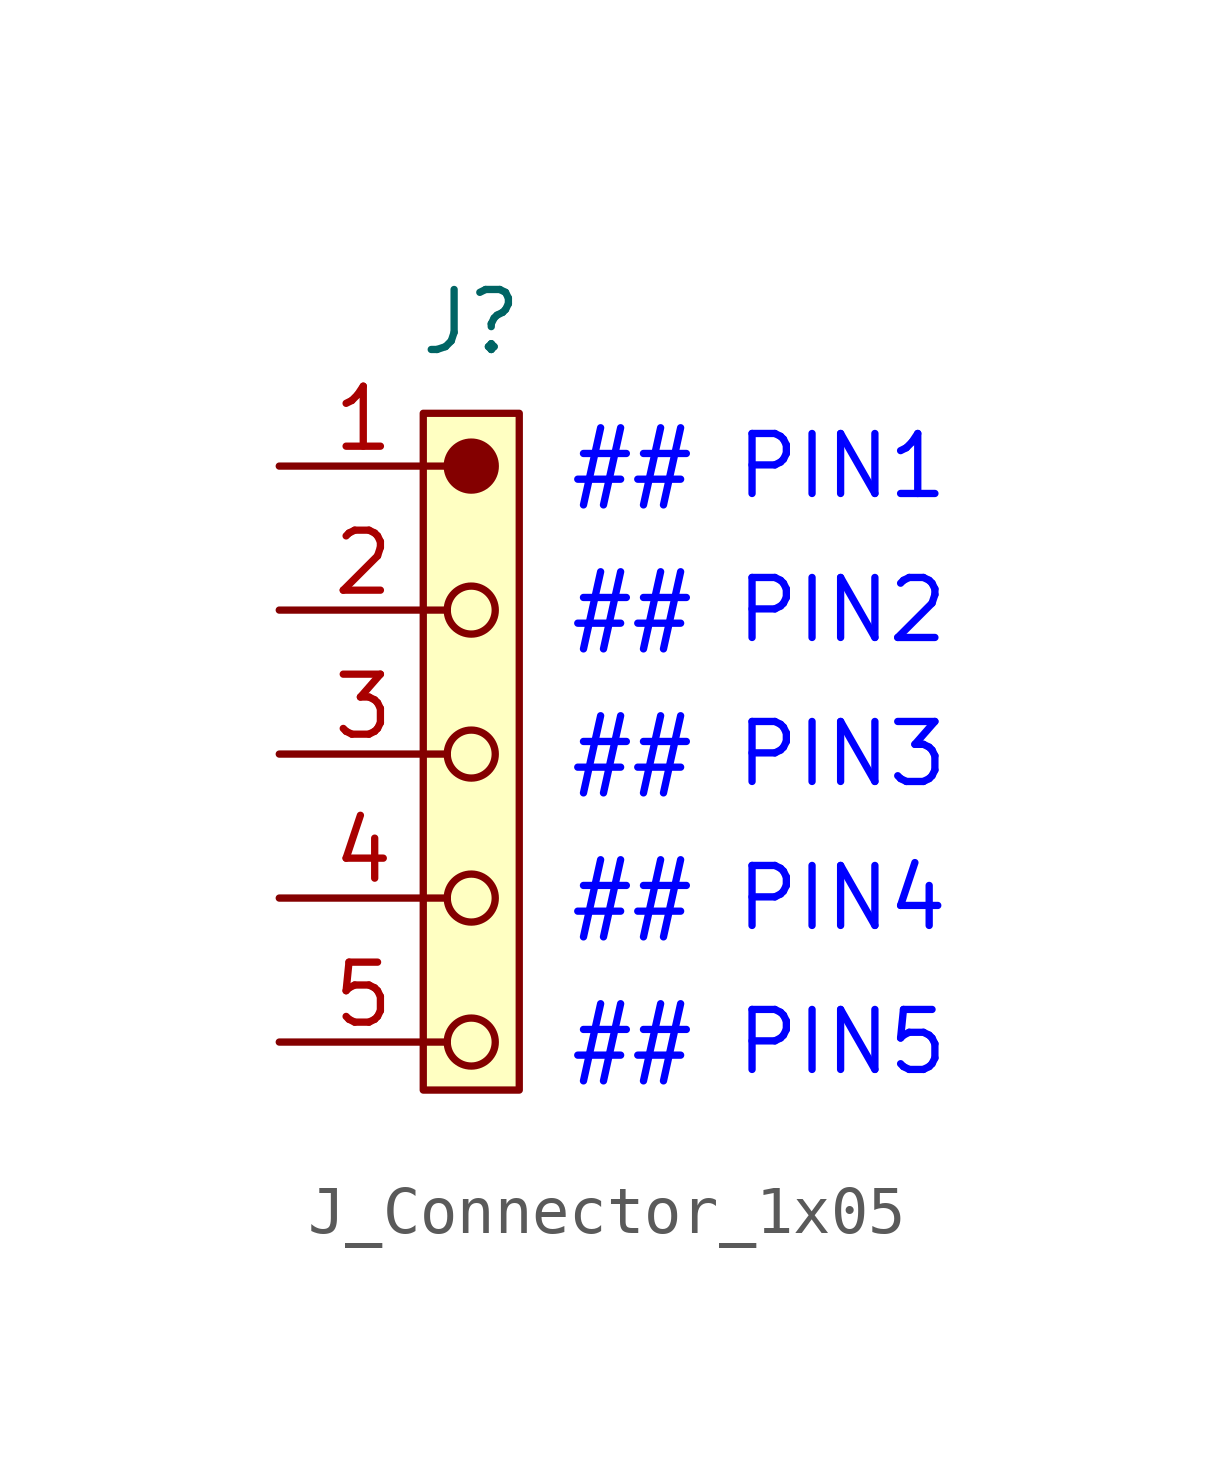
<source format=kicad_sym>
(kicad_symbol_lib
  (version 20241209)
  (generator "kicad_symbol_editor")
  (generator_version "9.0")
  (symbol "J_Connector_1x05"
    (pin_names
      (offset 0)
      (hide yes))
    (property "Reference" "J"
      (at 4 3 0)
      (do_not_autoplace)
      (effects (font (size 1.25 1.25))))
    (property "PIN_01" "## PIN1"
      (at 6 0 0)
      (do_not_autoplace)
      (effects (font (size 1.25 1.25) (color 0 0 255 1)) (justify left)))
    (property "PIN_02" "## PIN2"
      (at 6 -3 0)
      (do_not_autoplace)
      (effects (font (size 1.25 1.25) (color 0 0 255 1)) (justify left)))
    (property "PIN_03" "## PIN3"
      (at 6 -6 0)
      (do_not_autoplace)
      (effects (font (size 1.25 1.25) (color 0 0 255 1)) (justify left)))
    (property "PIN_04" "## PIN4"
      (at 6 -9 0)
      (do_not_autoplace)
      (effects (font (size 1.25 1.25) (color 0 0 255 1)) (justify left)))
    (property "PIN_05" "## PIN5"
      (at 6 -12 0)
      (do_not_autoplace)
      (effects (font (size 1.25 1.25) (color 0 0 255 1)) (justify left)))
    (symbol "J_Connector_1x05_0_1"
      (circle (center 4 -3) (radius 0.5) (stroke (width 0) (type default)) (fill (type none)))
      (circle (center 4 -6) (radius 0.5) (stroke (width 0) (type default)) (fill (type none)))
      (circle (center 4 -9) (radius 0.5) (stroke (width 0) (type default)) (fill (type none)))
      (circle (center 4 -12) (radius 0.5) (stroke (width 0) (type default)) (fill (type none))))
    (symbol "J_Connector_1x05_1_1"
      (rectangle (start 3 1.1) (end 5 -13) (stroke (width 0) (type default)) (fill (type background)))
      (circle (center 4 0) (radius 0.5) (stroke (width 0) (type default)) (fill (type outline)))
      (pin passive line (at 0 0 0) (length 3.5) (name "1" (effects (font (size 1.25 1.25)))) (number "1" (effects (font (size 1.25 1.25)))))
      (pin passive line (at 0 -3 0) (length 3.5) (name "2" (effects (font (size 1.25 1.25)))) (number "2" (effects (font (size 1.25 1.25)))))
      (pin passive line (at 0 -6 0) (length 3.5) (name "3" (effects (font (size 1.25 1.25)))) (number "3" (effects (font (size 1.25 1.25)))))
      (pin passive line (at 0 -9 0) (length 3.5) (name "4" (effects (font (size 1.25 1.25)))) (number "4" (effects (font (size 1.25 1.25)))))
      (pin passive line (at 0 -12 0) (length 3.5) (name "5" (effects (font (size 1.25 1.25)))) (number "5" (effects (font (size 1.25 1.25))))))))
</source>
